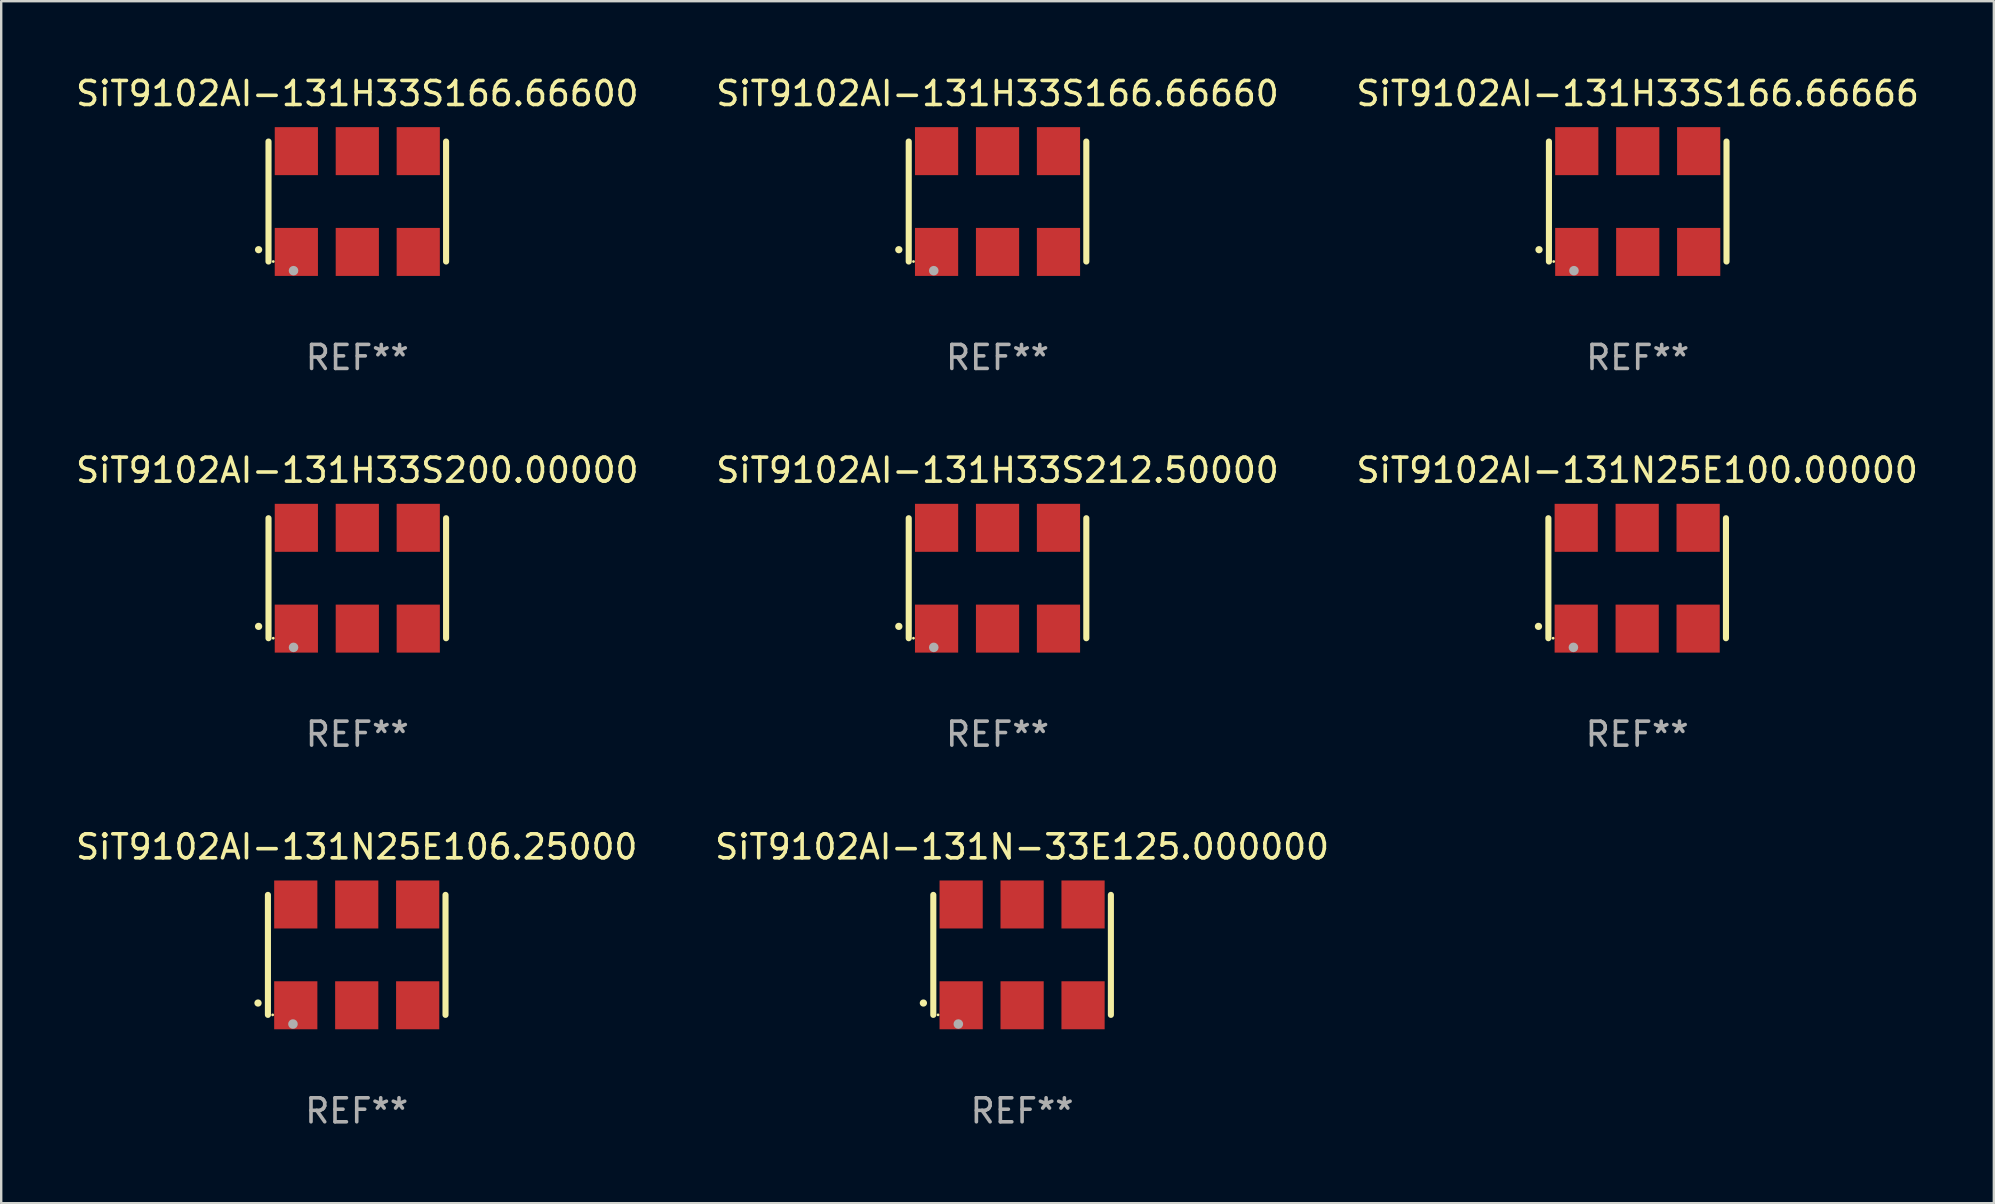
<source format=kicad_pcb>
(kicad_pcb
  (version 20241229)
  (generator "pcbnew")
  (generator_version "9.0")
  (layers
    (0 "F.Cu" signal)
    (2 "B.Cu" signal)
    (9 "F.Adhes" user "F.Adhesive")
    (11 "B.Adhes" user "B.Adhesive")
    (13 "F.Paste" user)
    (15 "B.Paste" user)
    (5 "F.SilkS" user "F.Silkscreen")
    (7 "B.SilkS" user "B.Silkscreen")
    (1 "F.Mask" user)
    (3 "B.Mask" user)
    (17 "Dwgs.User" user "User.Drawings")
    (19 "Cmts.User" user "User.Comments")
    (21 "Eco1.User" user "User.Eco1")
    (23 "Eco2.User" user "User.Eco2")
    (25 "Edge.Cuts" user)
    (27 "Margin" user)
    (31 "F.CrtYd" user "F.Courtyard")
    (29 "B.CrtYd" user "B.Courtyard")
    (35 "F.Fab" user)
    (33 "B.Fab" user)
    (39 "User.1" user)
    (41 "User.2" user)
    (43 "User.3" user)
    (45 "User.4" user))
  (footprint "SiT9102AI-131H33S166.66666"
    (layer "F.Cu")
    (at 65.196 5.348)
    (property "Reference" "SiT9102AI-131H33S166.66666" (at 0 -4.5 0) (layer "F.SilkS") (effects (font (size 1 1) (thickness 0.15))))
    (attr through_hole)
    (fp_line (start -3.7 -2.5) (end -3.7 2.5) (stroke (width 0.254) (type solid)) (layer "F.SilkS"))
    (fp_line (start 3.7 -2.5) (end 3.7 2.5) (stroke (width 0.254) (type solid)) (layer "F.SilkS"))
    (fp_arc (start -4.114415 2.006604) (mid -4.113145 2.006599) (end -4.111875 2.006604) (stroke (width 0.3) (type solid)) (layer "F.SilkS"))
    (fp_circle (center -3.502 2.5) (end -3.472 2.5) (stroke (width 0.06) (type solid)) (fill no) (layer "F.SilkS"))
    (fp_circle (center -2.657 2.882) (end -2.557 2.882) (stroke (width 0.2) (type solid)) (fill no) (layer "F.Fab"))
    (fp_text user "REF**" (at 0 6.5 0) (layer "F.Fab") (effects (font (size 1 1) (thickness 0.15))))
    (pad "1" smd rect (at -2.54 2.1) (size 1.8 2) (layers "F.Cu" "F.Mask" "F.Paste"))
    (pad "2" smd rect (at 0.000394 2.1) (size 1.8 2) (layers "F.Cu" "F.Mask" "F.Paste"))
    (pad "3" smd rect (at 2.54 2.1) (size 1.8 2) (layers "F.Cu" "F.Mask" "F.Paste"))
    (pad "4" smd rect (at 2.54 -2.1) (size 1.8 2) (layers "F.Cu" "F.Mask" "F.Paste"))
    (pad "5" smd rect (at 0.000394 -2.1) (size 1.8 2) (layers "F.Cu" "F.Mask" "F.Paste"))
    (pad "6" smd rect (at -2.54 -2.1) (size 1.8 2) (layers "F.Cu" "F.Mask" "F.Paste")))
  (footprint "SiT9102AI-131H33S212.50000"
    (layer "F.Cu")
    (at 38.518 21.045)
    (property "Reference" "SiT9102AI-131H33S212.50000" (at 0 -4.5 0) (layer "F.SilkS") (effects (font (size 1 1) (thickness 0.15))))
    (attr through_hole)
    (fp_line (start -3.7 -2.5) (end -3.7 2.5) (stroke (width 0.254) (type solid)) (layer "F.SilkS"))
    (fp_line (start 3.7 -2.5) (end 3.7 2.5) (stroke (width 0.254) (type solid)) (layer "F.SilkS"))
    (fp_arc (start -4.114415 2.006604) (mid -4.113145 2.006599) (end -4.111875 2.006604) (stroke (width 0.3) (type solid)) (layer "F.SilkS"))
    (fp_circle (center -3.502 2.5) (end -3.472 2.5) (stroke (width 0.06) (type solid)) (fill no) (layer "F.SilkS"))
    (fp_circle (center -2.657 2.882) (end -2.557 2.882) (stroke (width 0.2) (type solid)) (fill no) (layer "F.Fab"))
    (fp_text user "REF**" (at 0 6.5 0) (layer "F.Fab") (effects (font (size 1 1) (thickness 0.15))))
    (pad "1" smd rect (at -2.54 2.1) (size 1.8 2) (layers "F.Cu" "F.Mask" "F.Paste"))
    (pad "2" smd rect (at 0.000394 2.1) (size 1.8 2) (layers "F.Cu" "F.Mask" "F.Paste"))
    (pad "3" smd rect (at 2.54 2.1) (size 1.8 2) (layers "F.Cu" "F.Mask" "F.Paste"))
    (pad "4" smd rect (at 2.54 -2.1) (size 1.8 2) (layers "F.Cu" "F.Mask" "F.Paste"))
    (pad "5" smd rect (at 0.000394 -2.1) (size 1.8 2) (layers "F.Cu" "F.Mask" "F.Paste"))
    (pad "6" smd rect (at -2.54 -2.1) (size 1.8 2) (layers "F.Cu" "F.Mask" "F.Paste")))
  (footprint "SiT9102AI-131N-33E125.000000"
    (layer "F.Cu")
    (at 39.542 36.741)
    (property "Reference" "SiT9102AI-131N-33E125.000000" (at 0 -4.5 0) (layer "F.SilkS") (effects (font (size 1 1) (thickness 0.15))))
    (attr through_hole)
    (fp_line (start -3.7 -2.5) (end -3.7 2.5) (stroke (width 0.254) (type solid)) (layer "F.SilkS"))
    (fp_line (start 3.7 -2.5) (end 3.7 2.5) (stroke (width 0.254) (type solid)) (layer "F.SilkS"))
    (fp_arc (start -4.114415 2.006604) (mid -4.113145 2.006599) (end -4.111875 2.006604) (stroke (width 0.3) (type solid)) (layer "F.SilkS"))
    (fp_circle (center -3.502 2.5) (end -3.472 2.5) (stroke (width 0.06) (type solid)) (fill no) (layer "F.SilkS"))
    (fp_circle (center -2.657 2.882) (end -2.557 2.882) (stroke (width 0.2) (type solid)) (fill no) (layer "F.Fab"))
    (fp_text user "REF**" (at 0 6.5 0) (layer "F.Fab") (effects (font (size 1 1) (thickness 0.15))))
    (pad "1" smd rect (at -2.54 2.1) (size 1.8 2) (layers "F.Cu" "F.Mask" "F.Paste"))
    (pad "2" smd rect (at 0.000394 2.1) (size 1.8 2) (layers "F.Cu" "F.Mask" "F.Paste"))
    (pad "3" smd rect (at 2.54 2.1) (size 1.8 2) (layers "F.Cu" "F.Mask" "F.Paste"))
    (pad "4" smd rect (at 2.54 -2.1) (size 1.8 2) (layers "F.Cu" "F.Mask" "F.Paste"))
    (pad "5" smd rect (at 0.000394 -2.1) (size 1.8 2) (layers "F.Cu" "F.Mask" "F.Paste"))
    (pad "6" smd rect (at -2.54 -2.1) (size 1.8 2) (layers "F.Cu" "F.Mask" "F.Paste")))
  (footprint "SiT9102AI-131H33S166.66600"
    (layer "F.Cu")
    (at 11.839 5.348)
    (property "Reference" "SiT9102AI-131H33S166.66600" (at 0 -4.5 0) (layer "F.SilkS") (effects (font (size 1 1) (thickness 0.15))))
    (attr through_hole)
    (fp_line (start -3.7 -2.5) (end -3.7 2.5) (stroke (width 0.254) (type solid)) (layer "F.SilkS"))
    (fp_line (start 3.7 -2.5) (end 3.7 2.5) (stroke (width 0.254) (type solid)) (layer "F.SilkS"))
    (fp_arc (start -4.114415 2.006604) (mid -4.113145 2.006599) (end -4.111875 2.006604) (stroke (width 0.3) (type solid)) (layer "F.SilkS"))
    (fp_circle (center -3.502 2.5) (end -3.472 2.5) (stroke (width 0.06) (type solid)) (fill no) (layer "F.SilkS"))
    (fp_circle (center -2.657 2.882) (end -2.557 2.882) (stroke (width 0.2) (type solid)) (fill no) (layer "F.Fab"))
    (fp_text user "REF**" (at 0 6.5 0) (layer "F.Fab") (effects (font (size 1 1) (thickness 0.15))))
    (pad "1" smd rect (at -2.54 2.1) (size 1.8 2) (layers "F.Cu" "F.Mask" "F.Paste"))
    (pad "2" smd rect (at 0.000394 2.1) (size 1.8 2) (layers "F.Cu" "F.Mask" "F.Paste"))
    (pad "3" smd rect (at 2.54 2.1) (size 1.8 2) (layers "F.Cu" "F.Mask" "F.Paste"))
    (pad "4" smd rect (at 2.54 -2.1) (size 1.8 2) (layers "F.Cu" "F.Mask" "F.Paste"))
    (pad "5" smd rect (at 0.000394 -2.1) (size 1.8 2) (layers "F.Cu" "F.Mask" "F.Paste"))
    (pad "6" smd rect (at -2.54 -2.1) (size 1.8 2) (layers "F.Cu" "F.Mask" "F.Paste")))
  (footprint "SiT9102AI-131N25E106.25000"
    (layer "F.Cu")
    (at 11.815 36.741)
    (property "Reference" "SiT9102AI-131N25E106.25000" (at 0 -4.5 0) (layer "F.SilkS") (effects (font (size 1 1) (thickness 0.15))))
    (attr through_hole)
    (fp_line (start -3.7 -2.5) (end -3.7 2.5) (stroke (width 0.254) (type solid)) (layer "F.SilkS"))
    (fp_line (start 3.7 -2.5) (end 3.7 2.5) (stroke (width 0.254) (type solid)) (layer "F.SilkS"))
    (fp_arc (start -4.114415 2.006604) (mid -4.113145 2.006599) (end -4.111875 2.006604) (stroke (width 0.3) (type solid)) (layer "F.SilkS"))
    (fp_circle (center -3.502 2.5) (end -3.472 2.5) (stroke (width 0.06) (type solid)) (fill no) (layer "F.SilkS"))
    (fp_circle (center -2.657 2.882) (end -2.557 2.882) (stroke (width 0.2) (type solid)) (fill no) (layer "F.Fab"))
    (fp_text user "REF**" (at 0 6.5 0) (layer "F.Fab") (effects (font (size 1 1) (thickness 0.15))))
    (pad "1" smd rect (at -2.54 2.1) (size 1.8 2) (layers "F.Cu" "F.Mask" "F.Paste"))
    (pad "2" smd rect (at 0.000394 2.1) (size 1.8 2) (layers "F.Cu" "F.Mask" "F.Paste"))
    (pad "3" smd rect (at 2.54 2.1) (size 1.8 2) (layers "F.Cu" "F.Mask" "F.Paste"))
    (pad "4" smd rect (at 2.54 -2.1) (size 1.8 2) (layers "F.Cu" "F.Mask" "F.Paste"))
    (pad "5" smd rect (at 0.000394 -2.1) (size 1.8 2) (layers "F.Cu" "F.Mask" "F.Paste"))
    (pad "6" smd rect (at -2.54 -2.1) (size 1.8 2) (layers "F.Cu" "F.Mask" "F.Paste")))
  (footprint "SiT9102AI-131H33S166.66660"
    (layer "F.Cu")
    (at 38.518 5.348)
    (property "Reference" "SiT9102AI-131H33S166.66660" (at 0 -4.5 0) (layer "F.SilkS") (effects (font (size 1 1) (thickness 0.15))))
    (attr through_hole)
    (fp_line (start -3.7 -2.5) (end -3.7 2.5) (stroke (width 0.254) (type solid)) (layer "F.SilkS"))
    (fp_line (start 3.7 -2.5) (end 3.7 2.5) (stroke (width 0.254) (type solid)) (layer "F.SilkS"))
    (fp_arc (start -4.114415 2.006604) (mid -4.113145 2.006599) (end -4.111875 2.006604) (stroke (width 0.3) (type solid)) (layer "F.SilkS"))
    (fp_circle (center -3.502 2.5) (end -3.472 2.5) (stroke (width 0.06) (type solid)) (fill no) (layer "F.SilkS"))
    (fp_circle (center -2.657 2.882) (end -2.557 2.882) (stroke (width 0.2) (type solid)) (fill no) (layer "F.Fab"))
    (fp_text user "REF**" (at 0 6.5 0) (layer "F.Fab") (effects (font (size 1 1) (thickness 0.15))))
    (pad "1" smd rect (at -2.54 2.1) (size 1.8 2) (layers "F.Cu" "F.Mask" "F.Paste"))
    (pad "2" smd rect (at 0.000394 2.1) (size 1.8 2) (layers "F.Cu" "F.Mask" "F.Paste"))
    (pad "3" smd rect (at 2.54 2.1) (size 1.8 2) (layers "F.Cu" "F.Mask" "F.Paste"))
    (pad "4" smd rect (at 2.54 -2.1) (size 1.8 2) (layers "F.Cu" "F.Mask" "F.Paste"))
    (pad "5" smd rect (at 0.000394 -2.1) (size 1.8 2) (layers "F.Cu" "F.Mask" "F.Paste"))
    (pad "6" smd rect (at -2.54 -2.1) (size 1.8 2) (layers "F.Cu" "F.Mask" "F.Paste")))
  (footprint "SiT9102AI-131H33S200.00000"
    (layer "F.Cu")
    (at 11.839 21.045)
    (property "Reference" "SiT9102AI-131H33S200.00000" (at 0 -4.5 0) (layer "F.SilkS") (effects (font (size 1 1) (thickness 0.15))))
    (attr through_hole)
    (fp_line (start -3.7 -2.5) (end -3.7 2.5) (stroke (width 0.254) (type solid)) (layer "F.SilkS"))
    (fp_line (start 3.7 -2.5) (end 3.7 2.5) (stroke (width 0.254) (type solid)) (layer "F.SilkS"))
    (fp_arc (start -4.114415 2.006604) (mid -4.113145 2.006599) (end -4.111875 2.006604) (stroke (width 0.3) (type solid)) (layer "F.SilkS"))
    (fp_circle (center -3.502 2.5) (end -3.472 2.5) (stroke (width 0.06) (type solid)) (fill no) (layer "F.SilkS"))
    (fp_circle (center -2.657 2.882) (end -2.557 2.882) (stroke (width 0.2) (type solid)) (fill no) (layer "F.Fab"))
    (fp_text user "REF**" (at 0 6.5 0) (layer "F.Fab") (effects (font (size 1 1) (thickness 0.15))))
    (pad "1" smd rect (at -2.54 2.1) (size 1.8 2) (layers "F.Cu" "F.Mask" "F.Paste"))
    (pad "2" smd rect (at 0.000394 2.1) (size 1.8 2) (layers "F.Cu" "F.Mask" "F.Paste"))
    (pad "3" smd rect (at 2.54 2.1) (size 1.8 2) (layers "F.Cu" "F.Mask" "F.Paste"))
    (pad "4" smd rect (at 2.54 -2.1) (size 1.8 2) (layers "F.Cu" "F.Mask" "F.Paste"))
    (pad "5" smd rect (at 0.000394 -2.1) (size 1.8 2) (layers "F.Cu" "F.Mask" "F.Paste"))
    (pad "6" smd rect (at -2.54 -2.1) (size 1.8 2) (layers "F.Cu" "F.Mask" "F.Paste")))
  (footprint "SiT9102AI-131N25E100.00000"
    (layer "F.Cu")
    (at 65.173 21.045)
    (property "Reference" "SiT9102AI-131N25E100.00000" (at 0 -4.5 0) (layer "F.SilkS") (effects (font (size 1 1) (thickness 0.15))))
    (attr through_hole)
    (fp_line (start -3.7 -2.5) (end -3.7 2.5) (stroke (width 0.254) (type solid)) (layer "F.SilkS"))
    (fp_line (start 3.7 -2.5) (end 3.7 2.5) (stroke (width 0.254) (type solid)) (layer "F.SilkS"))
    (fp_arc (start -4.114415 2.006604) (mid -4.113145 2.006599) (end -4.111875 2.006604) (stroke (width 0.3) (type solid)) (layer "F.SilkS"))
    (fp_circle (center -3.502 2.5) (end -3.472 2.5) (stroke (width 0.06) (type solid)) (fill no) (layer "F.SilkS"))
    (fp_circle (center -2.657 2.882) (end -2.557 2.882) (stroke (width 0.2) (type solid)) (fill no) (layer "F.Fab"))
    (fp_text user "REF**" (at 0 6.5 0) (layer "F.Fab") (effects (font (size 1 1) (thickness 0.15))))
    (pad "1" smd rect (at -2.54 2.1) (size 1.8 2) (layers "F.Cu" "F.Mask" "F.Paste"))
    (pad "2" smd rect (at 0.000394 2.1) (size 1.8 2) (layers "F.Cu" "F.Mask" "F.Paste"))
    (pad "3" smd rect (at 2.54 2.1) (size 1.8 2) (layers "F.Cu" "F.Mask" "F.Paste"))
    (pad "4" smd rect (at 2.54 -2.1) (size 1.8 2) (layers "F.Cu" "F.Mask" "F.Paste"))
    (pad "5" smd rect (at 0.000394 -2.1) (size 1.8 2) (layers "F.Cu" "F.Mask" "F.Paste"))
    (pad "6" smd rect (at -2.54 -2.1) (size 1.8 2) (layers "F.Cu" "F.Mask" "F.Paste")))
  (gr_rect
    (start -3 -3)
    (end 80.036 47.09)
    (stroke (width 0.1) (type default))
    (fill no)
    (layer "Edge.Cuts")))
</source>
